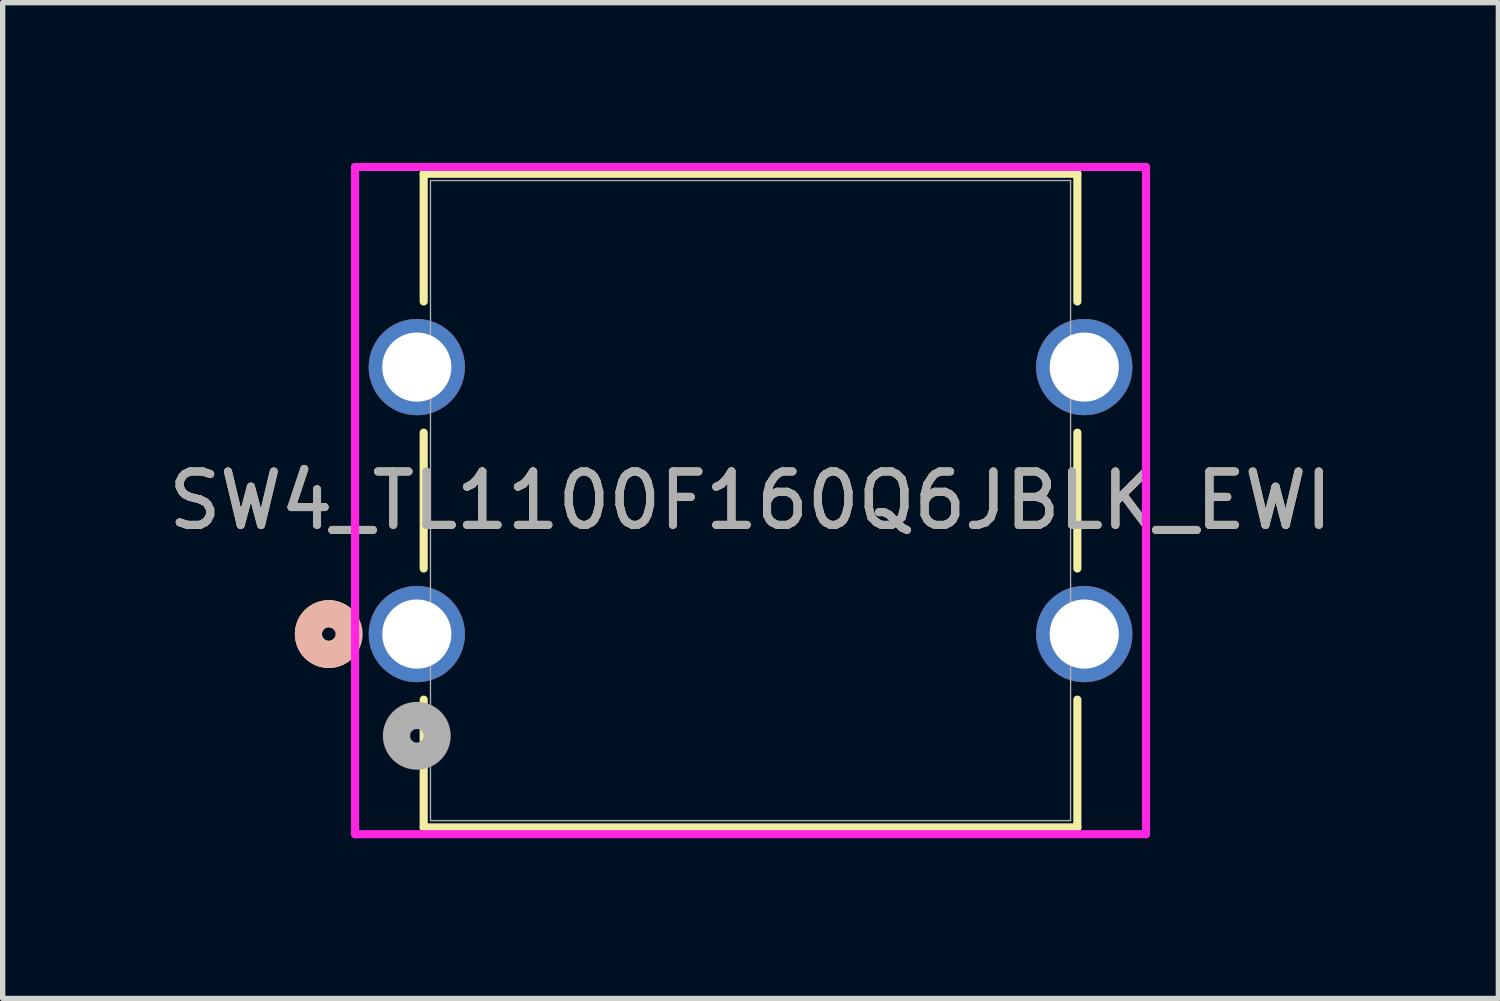
<source format=kicad_pcb>
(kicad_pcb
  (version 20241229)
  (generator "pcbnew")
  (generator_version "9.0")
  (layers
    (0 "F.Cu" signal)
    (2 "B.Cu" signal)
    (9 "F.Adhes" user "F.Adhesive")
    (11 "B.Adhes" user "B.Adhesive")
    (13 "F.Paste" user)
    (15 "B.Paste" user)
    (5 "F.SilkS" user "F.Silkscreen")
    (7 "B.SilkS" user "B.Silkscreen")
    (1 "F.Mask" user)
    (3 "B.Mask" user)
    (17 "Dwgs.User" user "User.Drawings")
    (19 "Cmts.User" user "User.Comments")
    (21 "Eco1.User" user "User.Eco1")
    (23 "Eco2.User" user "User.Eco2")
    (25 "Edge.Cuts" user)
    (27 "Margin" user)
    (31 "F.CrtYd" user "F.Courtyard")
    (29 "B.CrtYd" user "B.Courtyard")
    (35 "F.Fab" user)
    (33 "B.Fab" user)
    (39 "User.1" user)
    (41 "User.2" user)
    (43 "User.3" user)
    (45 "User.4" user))
  (footprint "SW4_TL1100F160Q6JBLK_EWI"
    (layer "F.Cu")
    (at 4.756 8.825)
    (property "Reference" "SW4_TL1100F160Q6JBLK_EWI" (at 6.25 -2.5 0) (unlocked yes) (layer "F.SilkS") (effects (font (size 1 1) (thickness 0.15))))
    (attr through_hole)
    (fp_line (start 0.129 -8.621) (end 0.129 -6.228) (stroke (width 0.152) (type solid)) (layer "F.SilkS"))
    (fp_line (start 0.129 -3.772) (end 0.129 -1.228) (stroke (width 0.152) (type solid)) (layer "F.SilkS"))
    (fp_line (start 0.129 1.228) (end 0.129 3.621) (stroke (width 0.152) (type solid)) (layer "F.SilkS"))
    (fp_line (start 0.129 3.621) (end 12.371 3.621) (stroke (width 0.152) (type solid)) (layer "F.SilkS"))
    (fp_line (start 12.371 -8.621) (end 0.129 -8.621) (stroke (width 0.152) (type solid)) (layer "F.SilkS"))
    (fp_line (start 12.371 -6.228) (end 12.371 -8.621) (stroke (width 0.152) (type solid)) (layer "F.SilkS"))
    (fp_line (start 12.371 -1.228) (end 12.371 -3.772) (stroke (width 0.152) (type solid)) (layer "F.SilkS"))
    (fp_line (start 12.371 3.621) (end 12.371 1.228) (stroke (width 0.152) (type solid)) (layer "F.SilkS"))
    (fp_arc (start -1.385286 0.2746) (mid -2.0304 0) (end -1.385286 -0.2746) (stroke (width 0.508) (type solid)) (layer "F.SilkS"))
    (fp_circle (center -1.649 0) (end -1.268 0) (stroke (width 0.508) (type solid)) (fill no) (layer "B.SilkS"))
    (fp_line (start -1.156 -8.748) (end -1.156 3.748) (stroke (width 0.152) (type solid)) (layer "F.CrtYd"))
    (fp_line (start -1.156 3.748) (end 13.656 3.748) (stroke (width 0.152) (type solid)) (layer "F.CrtYd"))
    (fp_line (start 13.656 -8.748) (end -1.156 -8.748) (stroke (width 0.152) (type solid)) (layer "F.CrtYd"))
    (fp_line (start 13.656 3.748) (end 13.656 -8.748) (stroke (width 0.152) (type solid)) (layer "F.CrtYd"))
    (fp_line (start 0.256 -8.494) (end 0.256 3.494) (stroke (width 0.025) (type solid)) (layer "F.Fab"))
    (fp_line (start 0.256 3.494) (end 12.244 3.494) (stroke (width 0.025) (type solid)) (layer "F.Fab"))
    (fp_line (start 12.244 -8.494) (end 0.256 -8.494) (stroke (width 0.025) (type solid)) (layer "F.Fab"))
    (fp_line (start 12.244 3.494) (end 12.244 -8.494) (stroke (width 0.025) (type solid)) (layer "F.Fab"))
    (fp_circle (center 0 1.905) (end 0.381 1.905) (stroke (width 0.508) (type solid)) (fill no) (layer "F.Fab"))
    (fp_text user "${REFERENCE}" (at 6.25 -2.5 0) (unlocked yes) (layer "F.Fab") (effects (font (size 1 1) (thickness 0.15))))
    (pad "1" thru_hole circle (at 0 0) (size 1.803 1.803) (drill 1.295) (layers "*.Cu" "*.Mask"))
    (pad "2" thru_hole circle (at 12.5 0) (size 1.803 1.803) (drill 1.295) (layers "*.Cu" "*.Mask"))
    (pad "3" thru_hole circle (at 0 -5) (size 1.803 1.803) (drill 1.295) (layers "*.Cu" "*.Mask"))
    (pad "4" thru_hole circle (at 12.5 -5) (size 1.803 1.803) (drill 1.295) (layers "*.Cu" "*.Mask")))
  (gr_rect
    (start -3 -3)
    (end 25.012 15.649)
    (stroke (width 0.1) (type default))
    (fill no)
    (layer "Edge.Cuts")))
</source>
